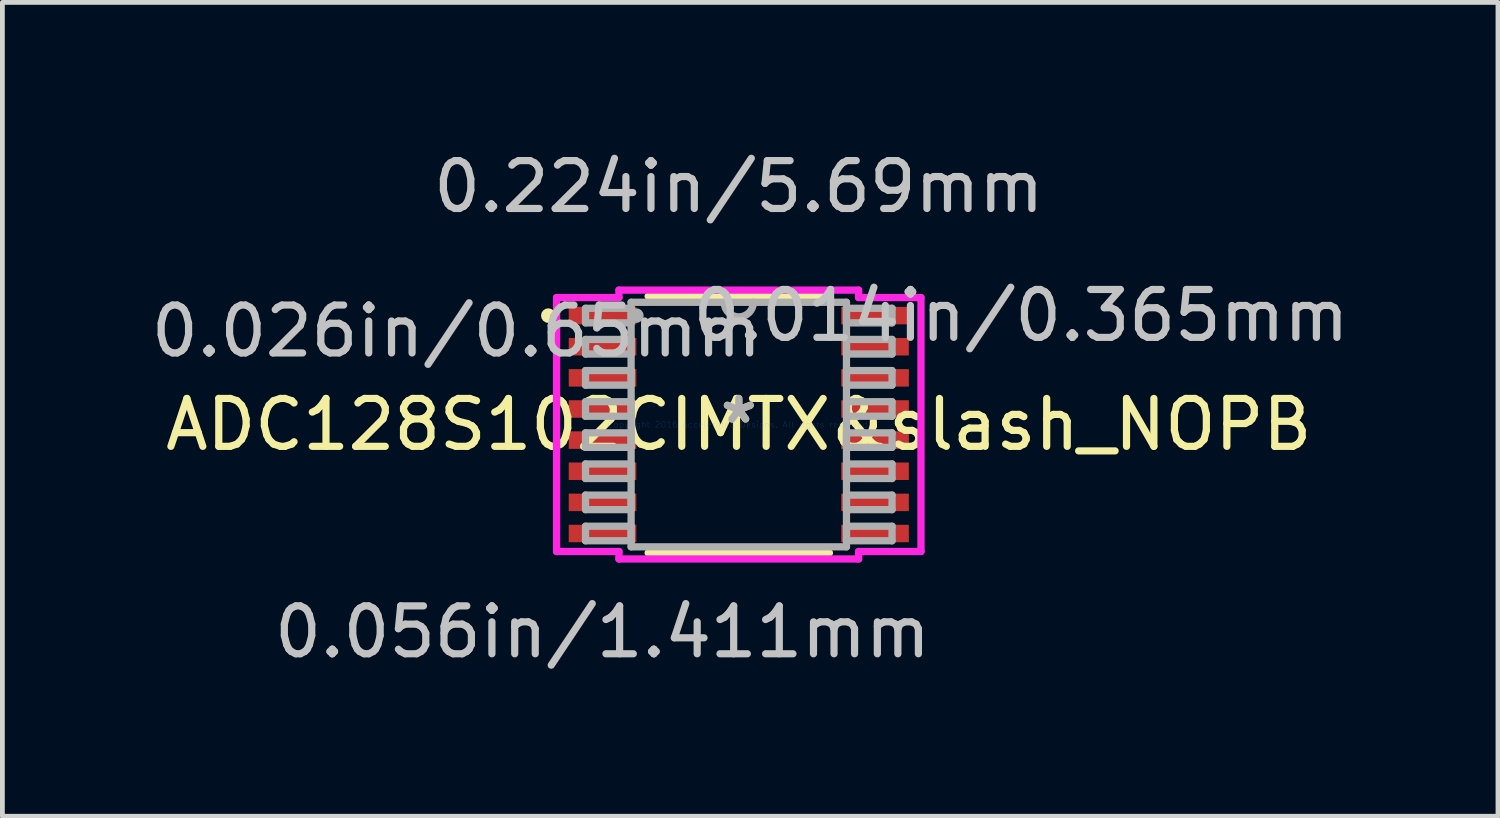
<source format=kicad_pcb>
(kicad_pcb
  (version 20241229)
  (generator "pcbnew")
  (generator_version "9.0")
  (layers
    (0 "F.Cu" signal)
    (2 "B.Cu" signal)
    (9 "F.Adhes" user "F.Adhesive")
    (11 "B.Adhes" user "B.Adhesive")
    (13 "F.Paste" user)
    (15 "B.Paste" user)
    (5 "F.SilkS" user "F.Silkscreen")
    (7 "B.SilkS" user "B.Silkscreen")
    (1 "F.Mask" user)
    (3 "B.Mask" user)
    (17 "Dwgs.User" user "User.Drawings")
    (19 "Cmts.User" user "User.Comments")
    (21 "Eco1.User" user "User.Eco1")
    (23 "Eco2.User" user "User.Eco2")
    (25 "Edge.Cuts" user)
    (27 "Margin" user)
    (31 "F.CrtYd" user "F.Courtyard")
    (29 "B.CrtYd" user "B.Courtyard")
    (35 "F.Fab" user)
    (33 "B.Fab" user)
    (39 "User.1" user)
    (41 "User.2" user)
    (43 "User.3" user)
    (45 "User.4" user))
  (footprint "ADC128S102CIMTX&slash_NOPB"
    (layer "F.Cu")
    (at 12.375 5.814)
    (property "Reference" "ADC128S102CIMTX&slash_NOPB" (at 0 0 0) (layer "F.SilkS") (effects (font (size 1 1) (thickness 0.15))))
    (attr through_hole)
    (fp_line (start -1.892 2.68) (end 1.892 2.68) (stroke (width 0.152) (type solid)) (layer "F.SilkS"))
    (fp_line (start 1.892 -2.68) (end -1.892 -2.68) (stroke (width 0.152) (type solid)) (layer "F.SilkS"))
    (fp_circle (center -3.977 -2.275) (end -3.901 -2.275) (stroke (width 0.152) (type solid)) (fill no) (layer "F.SilkS"))
    (fp_line (start -3.804 -2.651) (end -2.502 -2.651) (stroke (width 0.152) (type solid)) (layer "F.CrtYd"))
    (fp_line (start -3.804 2.651) (end -3.804 -2.651) (stroke (width 0.152) (type solid)) (layer "F.CrtYd"))
    (fp_line (start -2.502 -2.807) (end 2.502 -2.807) (stroke (width 0.152) (type solid)) (layer "F.CrtYd"))
    (fp_line (start -2.502 -2.651) (end -2.502 -2.807) (stroke (width 0.152) (type solid)) (layer "F.CrtYd"))
    (fp_line (start -2.502 2.651) (end -3.804 2.651) (stroke (width 0.152) (type solid)) (layer "F.CrtYd"))
    (fp_line (start -2.502 2.807) (end -2.502 2.651) (stroke (width 0.152) (type solid)) (layer "F.CrtYd"))
    (fp_line (start 2.502 -2.807) (end 2.502 -2.651) (stroke (width 0.152) (type solid)) (layer "F.CrtYd"))
    (fp_line (start 2.502 -2.651) (end 3.804 -2.651) (stroke (width 0.152) (type solid)) (layer "F.CrtYd"))
    (fp_line (start 2.502 2.651) (end 2.502 2.807) (stroke (width 0.152) (type solid)) (layer "F.CrtYd"))
    (fp_line (start 2.502 2.807) (end -2.502 2.807) (stroke (width 0.152) (type solid)) (layer "F.CrtYd"))
    (fp_line (start 3.804 -2.651) (end 3.804 2.651) (stroke (width 0.152) (type solid)) (layer "F.CrtYd"))
    (fp_line (start 3.804 2.651) (end 2.502 2.651) (stroke (width 0.152) (type solid)) (layer "F.CrtYd"))
    (fp_line (start -3.2 -2.427) (end -3.2 -2.123) (stroke (width 0.152) (type solid)) (layer "F.Fab"))
    (fp_line (start -3.2 -2.123) (end -2.248 -2.123) (stroke (width 0.152) (type solid)) (layer "F.Fab"))
    (fp_line (start -3.2 -1.777) (end -3.2 -1.473) (stroke (width 0.152) (type solid)) (layer "F.Fab"))
    (fp_line (start -3.2 -1.473) (end -2.248 -1.473) (stroke (width 0.152) (type solid)) (layer "F.Fab"))
    (fp_line (start -3.2 -1.127) (end -3.2 -0.823) (stroke (width 0.152) (type solid)) (layer "F.Fab"))
    (fp_line (start -3.2 -0.823) (end -2.248 -0.823) (stroke (width 0.152) (type solid)) (layer "F.Fab"))
    (fp_line (start -3.2 -0.477) (end -3.2 -0.173) (stroke (width 0.152) (type solid)) (layer "F.Fab"))
    (fp_line (start -3.2 -0.173) (end -2.248 -0.173) (stroke (width 0.152) (type solid)) (layer "F.Fab"))
    (fp_line (start -3.2 0.173) (end -3.2 0.477) (stroke (width 0.152) (type solid)) (layer "F.Fab"))
    (fp_line (start -3.2 0.477) (end -2.248 0.477) (stroke (width 0.152) (type solid)) (layer "F.Fab"))
    (fp_line (start -3.2 0.823) (end -3.2 1.127) (stroke (width 0.152) (type solid)) (layer "F.Fab"))
    (fp_line (start -3.2 1.127) (end -2.248 1.127) (stroke (width 0.152) (type solid)) (layer "F.Fab"))
    (fp_line (start -3.2 1.473) (end -3.2 1.777) (stroke (width 0.152) (type solid)) (layer "F.Fab"))
    (fp_line (start -3.2 1.777) (end -2.248 1.777) (stroke (width 0.152) (type solid)) (layer "F.Fab"))
    (fp_line (start -3.2 2.123) (end -3.2 2.427) (stroke (width 0.152) (type solid)) (layer "F.Fab"))
    (fp_line (start -3.2 2.427) (end -2.248 2.427) (stroke (width 0.152) (type solid)) (layer "F.Fab"))
    (fp_line (start -2.248 -2.553) (end -2.248 2.553) (stroke (width 0.152) (type solid)) (layer "F.Fab"))
    (fp_line (start -2.248 -2.427) (end -3.2 -2.427) (stroke (width 0.152) (type solid)) (layer "F.Fab"))
    (fp_line (start -2.248 -2.123) (end -2.248 -2.427) (stroke (width 0.152) (type solid)) (layer "F.Fab"))
    (fp_line (start -2.248 -1.777) (end -3.2 -1.777) (stroke (width 0.152) (type solid)) (layer "F.Fab"))
    (fp_line (start -2.248 -1.473) (end -2.248 -1.777) (stroke (width 0.152) (type solid)) (layer "F.Fab"))
    (fp_line (start -2.248 -1.127) (end -3.2 -1.127) (stroke (width 0.152) (type solid)) (layer "F.Fab"))
    (fp_line (start -2.248 -0.823) (end -2.248 -1.127) (stroke (width 0.152) (type solid)) (layer "F.Fab"))
    (fp_line (start -2.248 -0.477) (end -3.2 -0.477) (stroke (width 0.152) (type solid)) (layer "F.Fab"))
    (fp_line (start -2.248 -0.173) (end -2.248 -0.477) (stroke (width 0.152) (type solid)) (layer "F.Fab"))
    (fp_line (start -2.248 0.173) (end -3.2 0.173) (stroke (width 0.152) (type solid)) (layer "F.Fab"))
    (fp_line (start -2.248 0.477) (end -2.248 0.173) (stroke (width 0.152) (type solid)) (layer "F.Fab"))
    (fp_line (start -2.248 0.823) (end -3.2 0.823) (stroke (width 0.152) (type solid)) (layer "F.Fab"))
    (fp_line (start -2.248 1.127) (end -2.248 0.823) (stroke (width 0.152) (type solid)) (layer "F.Fab"))
    (fp_line (start -2.248 1.473) (end -3.2 1.473) (stroke (width 0.152) (type solid)) (layer "F.Fab"))
    (fp_line (start -2.248 1.777) (end -2.248 1.473) (stroke (width 0.152) (type solid)) (layer "F.Fab"))
    (fp_line (start -2.248 2.123) (end -3.2 2.123) (stroke (width 0.152) (type solid)) (layer "F.Fab"))
    (fp_line (start -2.248 2.427) (end -2.248 2.123) (stroke (width 0.152) (type solid)) (layer "F.Fab"))
    (fp_line (start -2.248 2.553) (end 2.248 2.553) (stroke (width 0.152) (type solid)) (layer "F.Fab"))
    (fp_line (start 2.248 -2.553) (end -2.248 -2.553) (stroke (width 0.152) (type solid)) (layer "F.Fab"))
    (fp_line (start 2.248 -2.427) (end 2.248 -2.123) (stroke (width 0.152) (type solid)) (layer "F.Fab"))
    (fp_line (start 2.248 -2.123) (end 3.2 -2.123) (stroke (width 0.152) (type solid)) (layer "F.Fab"))
    (fp_line (start 2.248 -1.777) (end 2.248 -1.473) (stroke (width 0.152) (type solid)) (layer "F.Fab"))
    (fp_line (start 2.248 -1.473) (end 3.2 -1.473) (stroke (width 0.152) (type solid)) (layer "F.Fab"))
    (fp_line (start 2.248 -1.127) (end 2.248 -0.823) (stroke (width 0.152) (type solid)) (layer "F.Fab"))
    (fp_line (start 2.248 -0.823) (end 3.2 -0.823) (stroke (width 0.152) (type solid)) (layer "F.Fab"))
    (fp_line (start 2.248 -0.477) (end 2.248 -0.173) (stroke (width 0.152) (type solid)) (layer "F.Fab"))
    (fp_line (start 2.248 -0.173) (end 3.2 -0.173) (stroke (width 0.152) (type solid)) (layer "F.Fab"))
    (fp_line (start 2.248 0.173) (end 2.248 0.477) (stroke (width 0.152) (type solid)) (layer "F.Fab"))
    (fp_line (start 2.248 0.477) (end 3.2 0.477) (stroke (width 0.152) (type solid)) (layer "F.Fab"))
    (fp_line (start 2.248 0.823) (end 2.248 1.127) (stroke (width 0.152) (type solid)) (layer "F.Fab"))
    (fp_line (start 2.248 1.127) (end 3.2 1.127) (stroke (width 0.152) (type solid)) (layer "F.Fab"))
    (fp_line (start 2.248 1.473) (end 2.248 1.777) (stroke (width 0.152) (type solid)) (layer "F.Fab"))
    (fp_line (start 2.248 1.777) (end 3.2 1.777) (stroke (width 0.152) (type solid)) (layer "F.Fab"))
    (fp_line (start 2.248 2.123) (end 2.248 2.427) (stroke (width 0.152) (type solid)) (layer "F.Fab"))
    (fp_line (start 2.248 2.427) (end 3.2 2.427) (stroke (width 0.152) (type solid)) (layer "F.Fab"))
    (fp_line (start 2.248 2.553) (end 2.248 -2.553) (stroke (width 0.152) (type solid)) (layer "F.Fab"))
    (fp_line (start 3.2 -2.427) (end 2.248 -2.427) (stroke (width 0.152) (type solid)) (layer "F.Fab"))
    (fp_line (start 3.2 -2.123) (end 3.2 -2.427) (stroke (width 0.152) (type solid)) (layer "F.Fab"))
    (fp_line (start 3.2 -1.777) (end 2.248 -1.777) (stroke (width 0.152) (type solid)) (layer "F.Fab"))
    (fp_line (start 3.2 -1.473) (end 3.2 -1.777) (stroke (width 0.152) (type solid)) (layer "F.Fab"))
    (fp_line (start 3.2 -1.127) (end 2.248 -1.127) (stroke (width 0.152) (type solid)) (layer "F.Fab"))
    (fp_line (start 3.2 -0.823) (end 3.2 -1.127) (stroke (width 0.152) (type solid)) (layer "F.Fab"))
    (fp_line (start 3.2 -0.477) (end 2.248 -0.477) (stroke (width 0.152) (type solid)) (layer "F.Fab"))
    (fp_line (start 3.2 -0.173) (end 3.2 -0.477) (stroke (width 0.152) (type solid)) (layer "F.Fab"))
    (fp_line (start 3.2 0.173) (end 2.248 0.173) (stroke (width 0.152) (type solid)) (layer "F.Fab"))
    (fp_line (start 3.2 0.477) (end 3.2 0.173) (stroke (width 0.152) (type solid)) (layer "F.Fab"))
    (fp_line (start 3.2 0.823) (end 2.248 0.823) (stroke (width 0.152) (type solid)) (layer "F.Fab"))
    (fp_line (start 3.2 1.127) (end 3.2 0.823) (stroke (width 0.152) (type solid)) (layer "F.Fab"))
    (fp_line (start 3.2 1.473) (end 2.248 1.473) (stroke (width 0.152) (type solid)) (layer "F.Fab"))
    (fp_line (start 3.2 1.777) (end 3.2 1.473) (stroke (width 0.152) (type solid)) (layer "F.Fab"))
    (fp_line (start 3.2 2.123) (end 2.248 2.123) (stroke (width 0.152) (type solid)) (layer "F.Fab"))
    (fp_line (start 3.2 2.427) (end 3.2 2.123) (stroke (width 0.152) (type solid)) (layer "F.Fab"))
    (fp_arc (start 0.3048 -2.5527) (mid 0 -2.2479) (end -0.3048 -2.5527) (stroke (width 0.1524) (type solid)) (layer "F.Fab"))
    (fp_circle (center -2.139 -2.275) (end -2.063 -2.275) (stroke (width 0.152) (type solid)) (fill no) (layer "F.Fab"))
    (fp_text user "*" (at 0 0 0) (layer "F.SilkS") (effects (font (size 1 1) (thickness 0.15))))
    (fp_text user "0.014in/0.365mm" (at 5.893 -2.275 0) (layer "Dwgs.User") (effects (font (size 1 1) (thickness 0.15))))
    (fp_text user "0.026in/0.65mm" (at -5.893 -1.95 0) (layer "Dwgs.User") (effects (font (size 1 1) (thickness 0.15))))
    (fp_text user "0.056in/1.411mm" (at -2.845 4.331 0) (layer "Dwgs.User") (effects (font (size 1 1) (thickness 0.15))))
    (fp_text user "0.224in/5.69mm" (at 0 -4.966 0) (layer "Dwgs.User") (effects (font (size 1 1) (thickness 0.15))))
    (fp_text user "Copyright 2016 Accelerated Designs. All rights reserved." (at 0 0 0) (layer "Cmts.User") (effects (font (size 0.127 0.127) (thickness 0.002))))
    (fp_text user "*" (at 0 0 0) (layer "F.Fab") (effects (font (size 1 1) (thickness 0.15))))
    (pad "1" smd rect (at -2.845 -2.275) (size 1.411 0.365) (layers "F.Cu" "F.Mask" "F.Paste"))
    (pad "2" smd rect (at -2.845 -1.625) (size 1.411 0.365) (layers "F.Cu" "F.Mask" "F.Paste"))
    (pad "3" smd rect (at -2.845 -0.975) (size 1.411 0.365) (layers "F.Cu" "F.Mask" "F.Paste"))
    (pad "4" smd rect (at -2.845 -0.325) (size 1.411 0.365) (layers "F.Cu" "F.Mask" "F.Paste"))
    (pad "5" smd rect (at -2.845 0.325) (size 1.411 0.365) (layers "F.Cu" "F.Mask" "F.Paste"))
    (pad "6" smd rect (at -2.845 0.975) (size 1.411 0.365) (layers "F.Cu" "F.Mask" "F.Paste"))
    (pad "7" smd rect (at -2.845 1.625) (size 1.411 0.365) (layers "F.Cu" "F.Mask" "F.Paste"))
    (pad "8" smd rect (at -2.845 2.275) (size 1.411 0.365) (layers "F.Cu" "F.Mask" "F.Paste"))
    (pad "9" smd rect (at 2.845 2.275) (size 1.411 0.365) (layers "F.Cu" "F.Mask" "F.Paste"))
    (pad "10" smd rect (at 2.845 1.625) (size 1.411 0.365) (layers "F.Cu" "F.Mask" "F.Paste"))
    (pad "11" smd rect (at 2.845 0.975) (size 1.411 0.365) (layers "F.Cu" "F.Mask" "F.Paste"))
    (pad "12" smd rect (at 2.845 0.325) (size 1.411 0.365) (layers "F.Cu" "F.Mask" "F.Paste"))
    (pad "13" smd rect (at 2.845 -0.325) (size 1.411 0.365) (layers "F.Cu" "F.Mask" "F.Paste"))
    (pad "14" smd rect (at 2.845 -0.975) (size 1.411 0.365) (layers "F.Cu" "F.Mask" "F.Paste"))
    (pad "15" smd rect (at 2.845 -1.625) (size 1.411 0.365) (layers "F.Cu" "F.Mask" "F.Paste"))
    (pad "16" smd rect (at 2.845 -2.275) (size 1.411 0.365) (layers "F.Cu" "F.Mask" "F.Paste")))
  (gr_rect
    (start -3 -3)
    (end 28.226 13.993)
    (stroke (width 0.1) (type default))
    (fill no)
    (layer "Edge.Cuts")))
</source>
